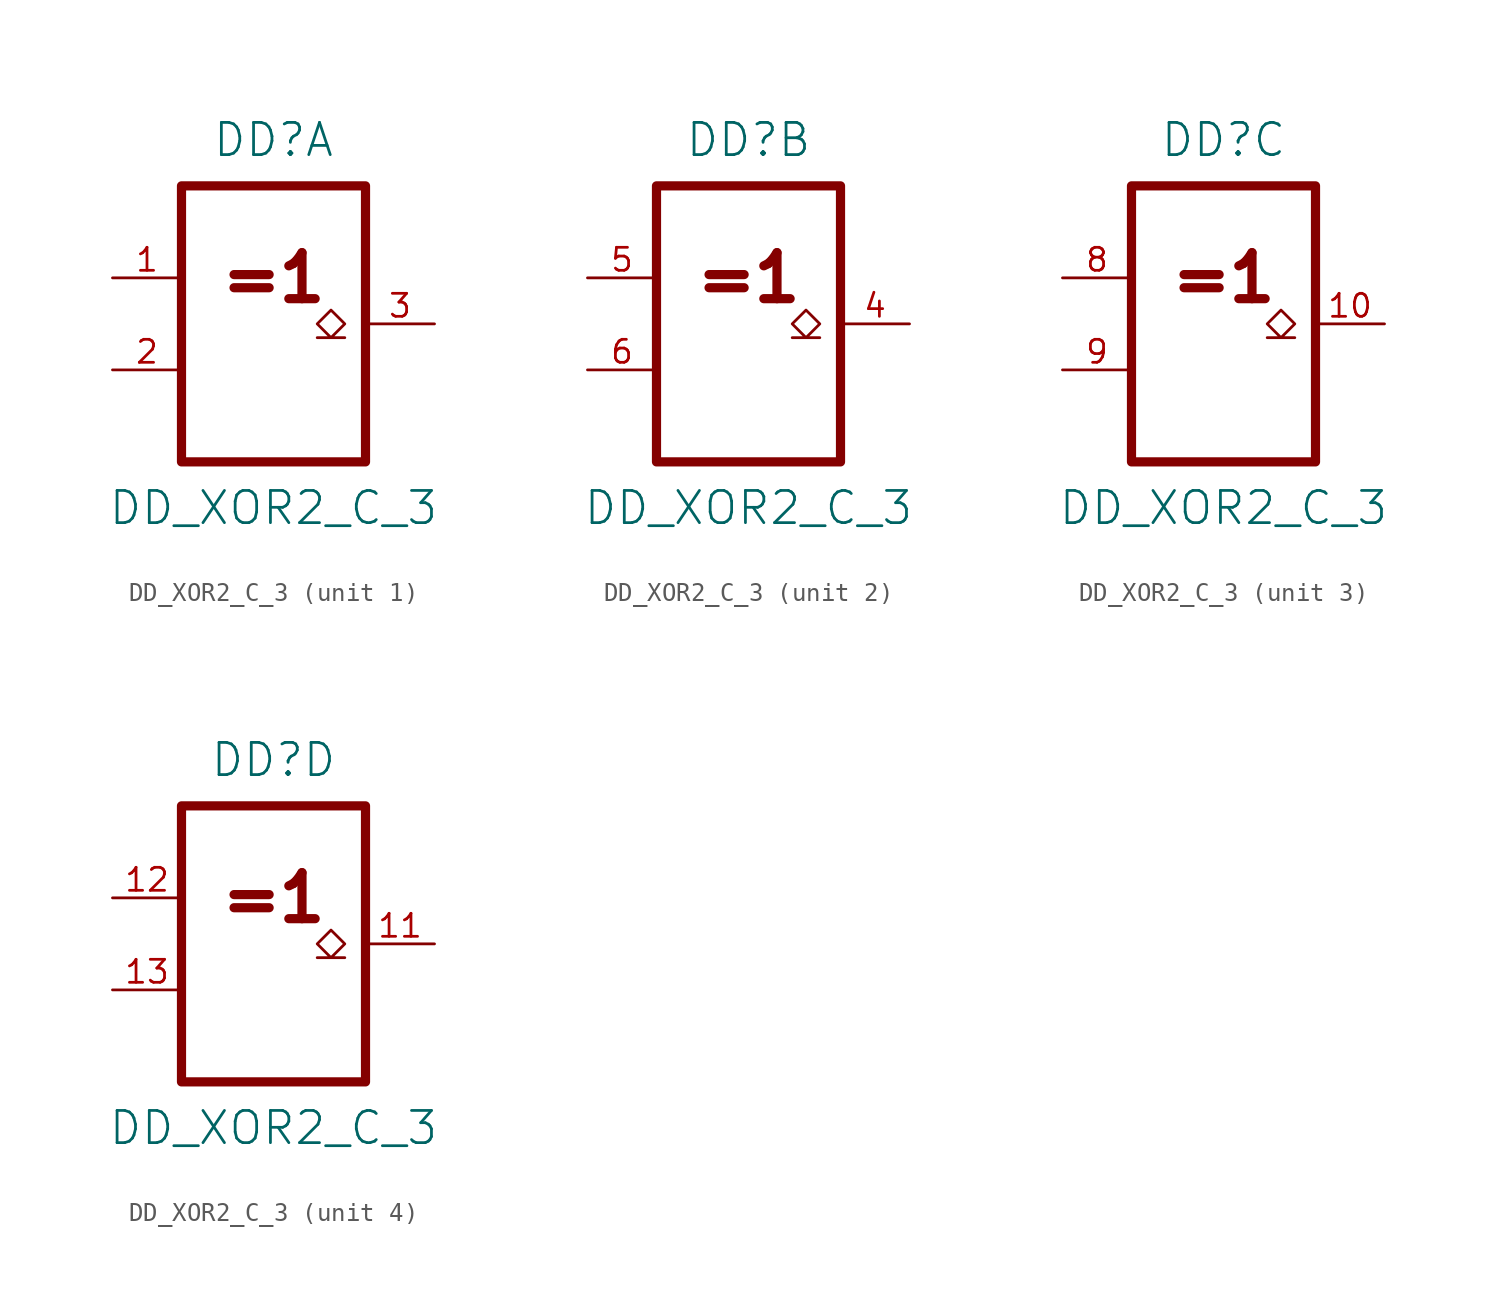
<source format=kicad_sym>
(kicad_symbol_lib
  (version 20211014)
  (generator kicad_symbol_editor)
  (symbol "DD_XOR2_C_3"
    (pin_names
      (offset 1.27))
    (property "Reference" "DD"
      (at 0 10.16 0)
      (effects (font (size 1.778 1.778))))
    (property "Value" "DD_XOR2_C_3"
      (at 0 -10.16 0)
      (effects (font (size 1.778 1.778))))
    (symbol "DD_XOR2_C_3_0_0"
      (text "=1" (at 0 2.54 0) (effects (font (size 2.54 2.54) bold))))
    (symbol "DD_XOR2_C_3_0_1"
      (rectangle (start -5.08 7.62) (end 5.08 -7.62) (stroke (width 0.508) (type default) (color 0 0 0 0)) (fill (type none)))
      (polyline (pts (xy 2.413 -0.762) (xy 3.175 -0.762) (xy 2.413 0) (xy 3.175 0.762) (xy 3.937 0) (xy 3.175 -0.762) (xy 3.937 -0.762)) (stroke (width 0) (type default) (color 0 0 0 0)) (fill (type none)))
      (pin power_in non_logic (at 8.89 5.08 180) (length 3.81) hide (name "VCC" (effects (font (size 1.27 1.27)))) (number "14" (effects (font (size 1.27 1.27)))))
      (pin power_in non_logic (at 8.89 -5.08 180) (length 3.81) hide (name "GND" (effects (font (size 1.27 1.27)))) (number "7" (effects (font (size 1.27 1.27))))))
    (symbol "DD_XOR2_C_3_1_1"
      (pin input line (at -8.89 2.54 0) (length 3.81) (name "~" (effects (font (size 1.778 1.778)))) (number "1" (effects (font (size 1.27 1.27)))))
      (pin input line (at -8.89 -2.54 0) (length 3.81) (name "~" (effects (font (size 1.778 1.778)))) (number "2" (effects (font (size 1.27 1.27)))))
      (pin output line (at 8.89 0 180) (length 3.81) (name "~" (effects (font (size 1.778 1.778)))) (number "3" (effects (font (size 1.27 1.27))))))
    (symbol "DD_XOR2_C_3_2_1"
      (pin output line (at 8.89 0 180) (length 3.81) (name "~" (effects (font (size 1.778 1.778)))) (number "4" (effects (font (size 1.27 1.27)))))
      (pin input line (at -8.89 2.54 0) (length 3.81) (name "~" (effects (font (size 1.778 1.778)))) (number "5" (effects (font (size 1.27 1.27)))))
      (pin input line (at -8.89 -2.54 0) (length 3.81) (name "~" (effects (font (size 1.778 1.778)))) (number "6" (effects (font (size 1.27 1.27))))))
    (symbol "DD_XOR2_C_3_3_1"
      (pin output line (at 8.89 0 180) (length 3.81) (name "~" (effects (font (size 1.778 1.778)))) (number "10" (effects (font (size 1.27 1.27)))))
      (pin input line (at -8.89 2.54 0) (length 3.81) (name "~" (effects (font (size 1.778 1.778)))) (number "8" (effects (font (size 1.27 1.27)))))
      (pin input line (at -8.89 -2.54 0) (length 3.81) (name "~" (effects (font (size 1.778 1.778)))) (number "9" (effects (font (size 1.27 1.27))))))
    (symbol "DD_XOR2_C_3_4_1"
      (pin output line (at 8.89 0 180) (length 3.81) (name "~" (effects (font (size 1.778 1.778)))) (number "11" (effects (font (size 1.27 1.27)))))
      (pin input line (at -8.89 2.54 0) (length 3.81) (name "~" (effects (font (size 1.778 1.778)))) (number "12" (effects (font (size 1.27 1.27)))))
      (pin input line (at -8.89 -2.54 0) (length 3.81) (name "~" (effects (font (size 1.778 1.778)))) (number "13" (effects (font (size 1.27 1.27))))))))
</source>
